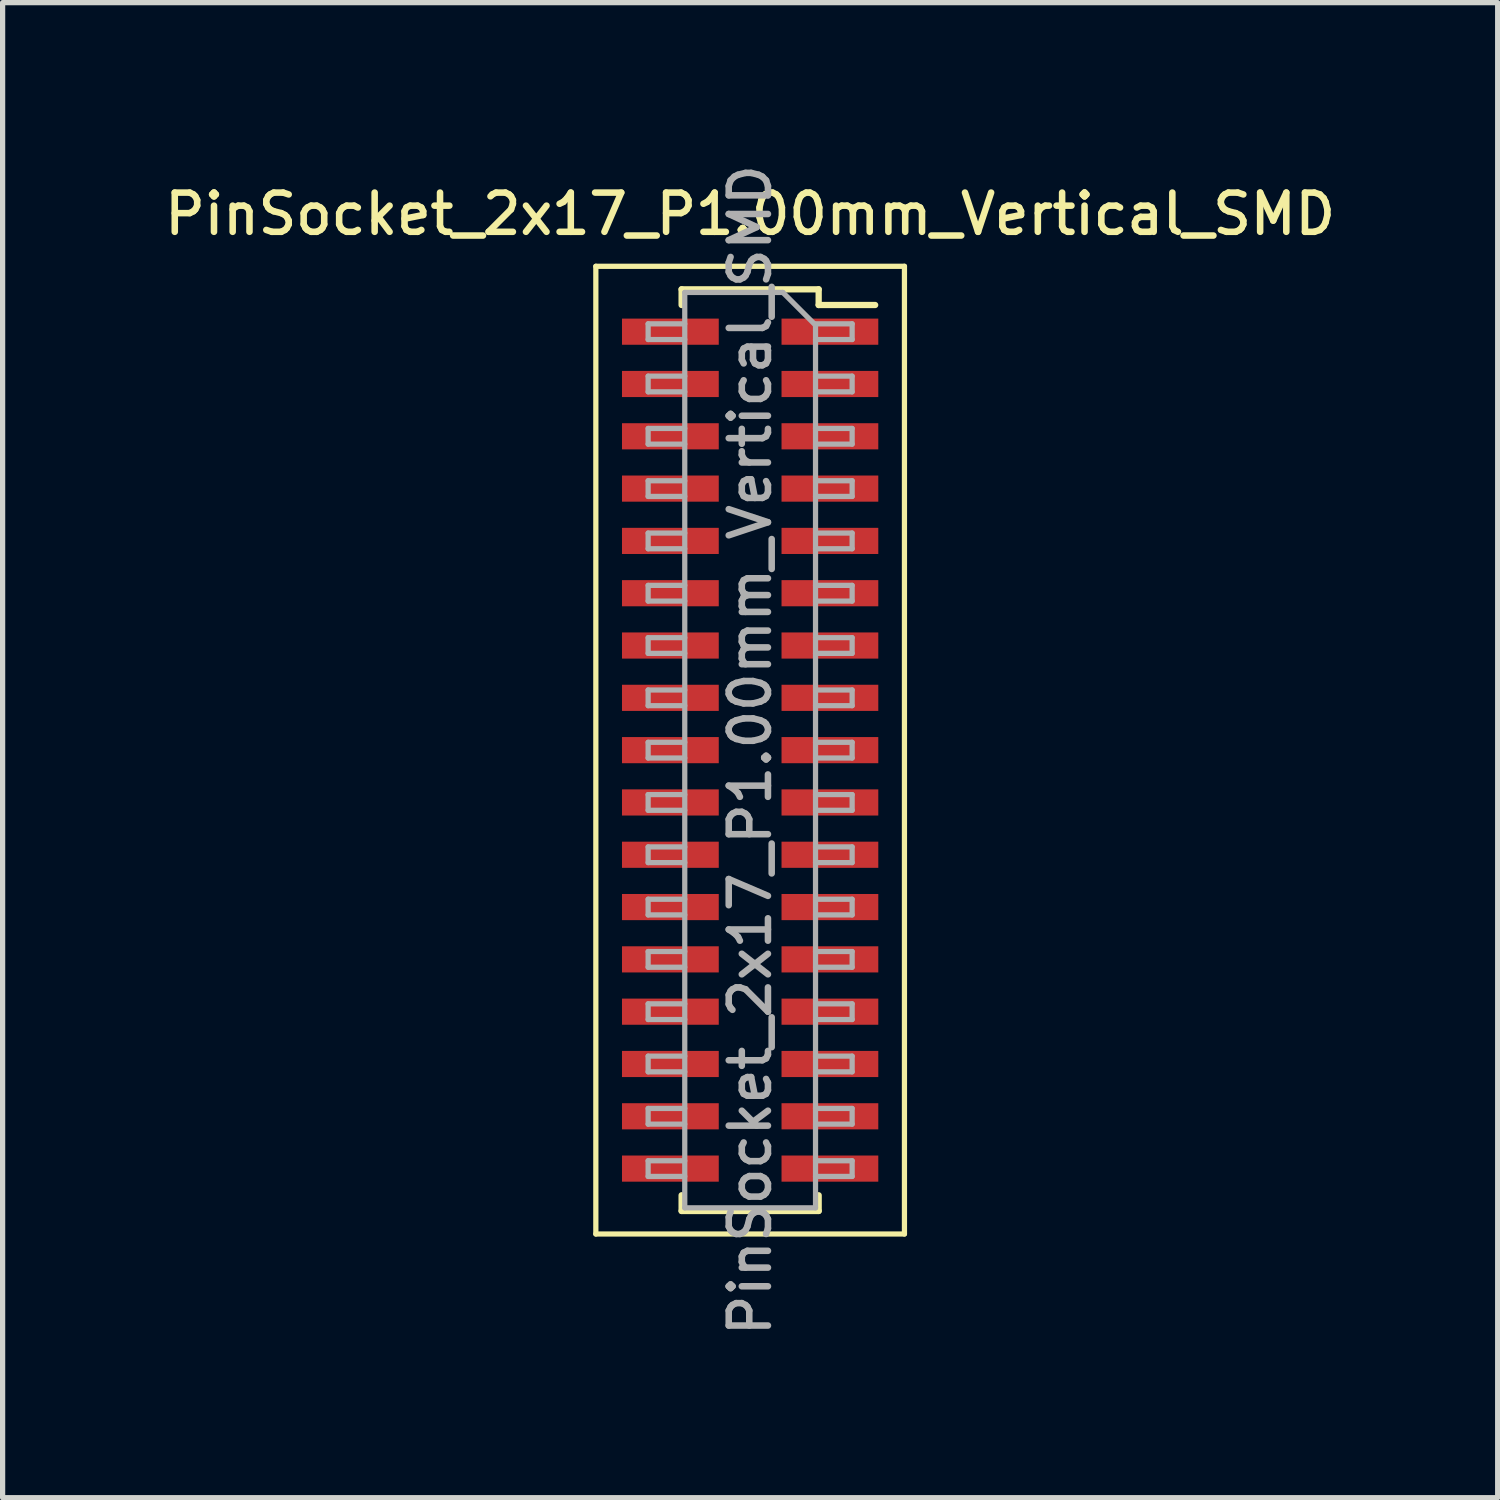
<source format=kicad_pcb>
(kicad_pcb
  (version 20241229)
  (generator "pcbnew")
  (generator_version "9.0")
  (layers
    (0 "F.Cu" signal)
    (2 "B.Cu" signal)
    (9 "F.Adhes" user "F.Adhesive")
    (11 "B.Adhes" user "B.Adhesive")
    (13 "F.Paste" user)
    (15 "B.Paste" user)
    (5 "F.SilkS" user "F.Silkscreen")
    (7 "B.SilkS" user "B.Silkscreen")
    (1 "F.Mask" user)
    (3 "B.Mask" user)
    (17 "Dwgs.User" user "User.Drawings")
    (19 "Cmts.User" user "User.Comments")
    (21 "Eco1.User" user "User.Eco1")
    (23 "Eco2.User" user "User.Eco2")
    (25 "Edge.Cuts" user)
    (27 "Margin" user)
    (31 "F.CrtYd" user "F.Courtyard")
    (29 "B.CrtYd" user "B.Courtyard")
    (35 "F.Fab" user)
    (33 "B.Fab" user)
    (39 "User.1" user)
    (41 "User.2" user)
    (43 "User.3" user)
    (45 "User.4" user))
  (footprint "PinSocket_2x17_P1.00mm_Vertical_SMD"
    (layer "F.Cu")
    (at 11.291 11.291)
    (property "Reference" "PinSocket_2x17_P1.00mm_Vertical_SMD" (at 0 -10.25 0) (layer "F.SilkS") (effects (font (size 0.75 0.75) (thickness 0.125))))
    (attr smd)
    (fp_line (start -2.95 -9.25) (end 2.95 -9.25) (stroke (width 0.1) (type solid)) (layer "F.SilkS"))
    (fp_line (start -2.95 9.25) (end -2.95 -9.25) (stroke (width 0.1) (type solid)) (layer "F.SilkS"))
    (fp_line (start -1.31 -8.81) (end -1.31 -8.51) (stroke (width 0.12) (type solid)) (layer "F.SilkS"))
    (fp_line (start -1.31 -8.81) (end 1.31 -8.81) (stroke (width 0.12) (type solid)) (layer "F.SilkS"))
    (fp_line (start -1.31 8.51) (end -1.31 8.81) (stroke (width 0.12) (type solid)) (layer "F.SilkS"))
    (fp_line (start -1.31 8.81) (end 1.31 8.81) (stroke (width 0.12) (type solid)) (layer "F.SilkS"))
    (fp_line (start 1.31 -8.81) (end 1.31 -8.51) (stroke (width 0.12) (type solid)) (layer "F.SilkS"))
    (fp_line (start 1.31 -8.51) (end 2.39 -8.51) (stroke (width 0.12) (type solid)) (layer "F.SilkS"))
    (fp_line (start 1.31 8.51) (end 1.31 8.81) (stroke (width 0.12) (type solid)) (layer "F.SilkS"))
    (fp_line (start 2.95 -9.25) (end 2.95 9.25) (stroke (width 0.1) (type solid)) (layer "F.SilkS"))
    (fp_line (start 2.95 9.25) (end -2.95 9.25) (stroke (width 0.1) (type solid)) (layer "F.SilkS"))
    (fp_line (start -1.95 -8.15) (end -1.25 -8.15) (stroke (width 0.1) (type solid)) (layer "F.Fab"))
    (fp_line (start -1.95 -7.85) (end -1.95 -8.15) (stroke (width 0.1) (type solid)) (layer "F.Fab"))
    (fp_line (start -1.95 -7.15) (end -1.25 -7.15) (stroke (width 0.1) (type solid)) (layer "F.Fab"))
    (fp_line (start -1.95 -6.85) (end -1.95 -7.15) (stroke (width 0.1) (type solid)) (layer "F.Fab"))
    (fp_line (start -1.95 -6.15) (end -1.25 -6.15) (stroke (width 0.1) (type solid)) (layer "F.Fab"))
    (fp_line (start -1.95 -5.85) (end -1.95 -6.15) (stroke (width 0.1) (type solid)) (layer "F.Fab"))
    (fp_line (start -1.95 -5.15) (end -1.25 -5.15) (stroke (width 0.1) (type solid)) (layer "F.Fab"))
    (fp_line (start -1.95 -4.85) (end -1.95 -5.15) (stroke (width 0.1) (type solid)) (layer "F.Fab"))
    (fp_line (start -1.95 -4.15) (end -1.25 -4.15) (stroke (width 0.1) (type solid)) (layer "F.Fab"))
    (fp_line (start -1.95 -3.85) (end -1.95 -4.15) (stroke (width 0.1) (type solid)) (layer "F.Fab"))
    (fp_line (start -1.95 -3.15) (end -1.25 -3.15) (stroke (width 0.1) (type solid)) (layer "F.Fab"))
    (fp_line (start -1.95 -2.85) (end -1.95 -3.15) (stroke (width 0.1) (type solid)) (layer "F.Fab"))
    (fp_line (start -1.95 -2.15) (end -1.25 -2.15) (stroke (width 0.1) (type solid)) (layer "F.Fab"))
    (fp_line (start -1.95 -1.85) (end -1.95 -2.15) (stroke (width 0.1) (type solid)) (layer "F.Fab"))
    (fp_line (start -1.95 -1.15) (end -1.25 -1.15) (stroke (width 0.1) (type solid)) (layer "F.Fab"))
    (fp_line (start -1.95 -0.85) (end -1.95 -1.15) (stroke (width 0.1) (type solid)) (layer "F.Fab"))
    (fp_line (start -1.95 -0.15) (end -1.25 -0.15) (stroke (width 0.1) (type solid)) (layer "F.Fab"))
    (fp_line (start -1.95 0.15) (end -1.95 -0.15) (stroke (width 0.1) (type solid)) (layer "F.Fab"))
    (fp_line (start -1.95 0.85) (end -1.25 0.85) (stroke (width 0.1) (type solid)) (layer "F.Fab"))
    (fp_line (start -1.95 1.15) (end -1.95 0.85) (stroke (width 0.1) (type solid)) (layer "F.Fab"))
    (fp_line (start -1.95 1.85) (end -1.25 1.85) (stroke (width 0.1) (type solid)) (layer "F.Fab"))
    (fp_line (start -1.95 2.15) (end -1.95 1.85) (stroke (width 0.1) (type solid)) (layer "F.Fab"))
    (fp_line (start -1.95 2.85) (end -1.25 2.85) (stroke (width 0.1) (type solid)) (layer "F.Fab"))
    (fp_line (start -1.95 3.15) (end -1.95 2.85) (stroke (width 0.1) (type solid)) (layer "F.Fab"))
    (fp_line (start -1.95 3.85) (end -1.25 3.85) (stroke (width 0.1) (type solid)) (layer "F.Fab"))
    (fp_line (start -1.95 4.15) (end -1.95 3.85) (stroke (width 0.1) (type solid)) (layer "F.Fab"))
    (fp_line (start -1.95 4.85) (end -1.25 4.85) (stroke (width 0.1) (type solid)) (layer "F.Fab"))
    (fp_line (start -1.95 5.15) (end -1.95 4.85) (stroke (width 0.1) (type solid)) (layer "F.Fab"))
    (fp_line (start -1.95 5.85) (end -1.25 5.85) (stroke (width 0.1) (type solid)) (layer "F.Fab"))
    (fp_line (start -1.95 6.15) (end -1.95 5.85) (stroke (width 0.1) (type solid)) (layer "F.Fab"))
    (fp_line (start -1.95 6.85) (end -1.25 6.85) (stroke (width 0.1) (type solid)) (layer "F.Fab"))
    (fp_line (start -1.95 7.15) (end -1.95 6.85) (stroke (width 0.1) (type solid)) (layer "F.Fab"))
    (fp_line (start -1.95 7.85) (end -1.25 7.85) (stroke (width 0.1) (type solid)) (layer "F.Fab"))
    (fp_line (start -1.95 8.15) (end -1.95 7.85) (stroke (width 0.1) (type solid)) (layer "F.Fab"))
    (fp_line (start -1.25 -8.75) (end 0.625 -8.75) (stroke (width 0.1) (type solid)) (layer "F.Fab"))
    (fp_line (start -1.25 -7.85) (end -1.95 -7.85) (stroke (width 0.1) (type solid)) (layer "F.Fab"))
    (fp_line (start -1.25 -6.85) (end -1.95 -6.85) (stroke (width 0.1) (type solid)) (layer "F.Fab"))
    (fp_line (start -1.25 -5.85) (end -1.95 -5.85) (stroke (width 0.1) (type solid)) (layer "F.Fab"))
    (fp_line (start -1.25 -4.85) (end -1.95 -4.85) (stroke (width 0.1) (type solid)) (layer "F.Fab"))
    (fp_line (start -1.25 -3.85) (end -1.95 -3.85) (stroke (width 0.1) (type solid)) (layer "F.Fab"))
    (fp_line (start -1.25 -2.85) (end -1.95 -2.85) (stroke (width 0.1) (type solid)) (layer "F.Fab"))
    (fp_line (start -1.25 -1.85) (end -1.95 -1.85) (stroke (width 0.1) (type solid)) (layer "F.Fab"))
    (fp_line (start -1.25 -0.85) (end -1.95 -0.85) (stroke (width 0.1) (type solid)) (layer "F.Fab"))
    (fp_line (start -1.25 0.15) (end -1.95 0.15) (stroke (width 0.1) (type solid)) (layer "F.Fab"))
    (fp_line (start -1.25 1.15) (end -1.95 1.15) (stroke (width 0.1) (type solid)) (layer "F.Fab"))
    (fp_line (start -1.25 2.15) (end -1.95 2.15) (stroke (width 0.1) (type solid)) (layer "F.Fab"))
    (fp_line (start -1.25 3.15) (end -1.95 3.15) (stroke (width 0.1) (type solid)) (layer "F.Fab"))
    (fp_line (start -1.25 4.15) (end -1.95 4.15) (stroke (width 0.1) (type solid)) (layer "F.Fab"))
    (fp_line (start -1.25 5.15) (end -1.95 5.15) (stroke (width 0.1) (type solid)) (layer "F.Fab"))
    (fp_line (start -1.25 6.15) (end -1.95 6.15) (stroke (width 0.1) (type solid)) (layer "F.Fab"))
    (fp_line (start -1.25 7.15) (end -1.95 7.15) (stroke (width 0.1) (type solid)) (layer "F.Fab"))
    (fp_line (start -1.25 8.15) (end -1.95 8.15) (stroke (width 0.1) (type solid)) (layer "F.Fab"))
    (fp_line (start -1.25 8.75) (end -1.25 -8.75) (stroke (width 0.1) (type solid)) (layer "F.Fab"))
    (fp_line (start 0.625 -8.75) (end 1.25 -8.125) (stroke (width 0.1) (type solid)) (layer "F.Fab"))
    (fp_line (start 1.25 -8.15) (end 1.95 -8.15) (stroke (width 0.1) (type solid)) (layer "F.Fab"))
    (fp_line (start 1.25 -8.125) (end 1.25 8.75) (stroke (width 0.1) (type solid)) (layer "F.Fab"))
    (fp_line (start 1.25 -7.15) (end 1.95 -7.15) (stroke (width 0.1) (type solid)) (layer "F.Fab"))
    (fp_line (start 1.25 -6.15) (end 1.95 -6.15) (stroke (width 0.1) (type solid)) (layer "F.Fab"))
    (fp_line (start 1.25 -5.15) (end 1.95 -5.15) (stroke (width 0.1) (type solid)) (layer "F.Fab"))
    (fp_line (start 1.25 -4.15) (end 1.95 -4.15) (stroke (width 0.1) (type solid)) (layer "F.Fab"))
    (fp_line (start 1.25 -3.15) (end 1.95 -3.15) (stroke (width 0.1) (type solid)) (layer "F.Fab"))
    (fp_line (start 1.25 -2.15) (end 1.95 -2.15) (stroke (width 0.1) (type solid)) (layer "F.Fab"))
    (fp_line (start 1.25 -1.15) (end 1.95 -1.15) (stroke (width 0.1) (type solid)) (layer "F.Fab"))
    (fp_line (start 1.25 -0.15) (end 1.95 -0.15) (stroke (width 0.1) (type solid)) (layer "F.Fab"))
    (fp_line (start 1.25 0.85) (end 1.95 0.85) (stroke (width 0.1) (type solid)) (layer "F.Fab"))
    (fp_line (start 1.25 1.85) (end 1.95 1.85) (stroke (width 0.1) (type solid)) (layer "F.Fab"))
    (fp_line (start 1.25 2.85) (end 1.95 2.85) (stroke (width 0.1) (type solid)) (layer "F.Fab"))
    (fp_line (start 1.25 3.85) (end 1.95 3.85) (stroke (width 0.1) (type solid)) (layer "F.Fab"))
    (fp_line (start 1.25 4.85) (end 1.95 4.85) (stroke (width 0.1) (type solid)) (layer "F.Fab"))
    (fp_line (start 1.25 5.85) (end 1.95 5.85) (stroke (width 0.1) (type solid)) (layer "F.Fab"))
    (fp_line (start 1.25 6.85) (end 1.95 6.85) (stroke (width 0.1) (type solid)) (layer "F.Fab"))
    (fp_line (start 1.25 7.85) (end 1.95 7.85) (stroke (width 0.1) (type solid)) (layer "F.Fab"))
    (fp_line (start 1.25 8.75) (end -1.25 8.75) (stroke (width 0.1) (type solid)) (layer "F.Fab"))
    (fp_line (start 1.95 -8.15) (end 1.95 -7.85) (stroke (width 0.1) (type solid)) (layer "F.Fab"))
    (fp_line (start 1.95 -7.85) (end 1.25 -7.85) (stroke (width 0.1) (type solid)) (layer "F.Fab"))
    (fp_line (start 1.95 -7.15) (end 1.95 -6.85) (stroke (width 0.1) (type solid)) (layer "F.Fab"))
    (fp_line (start 1.95 -6.85) (end 1.25 -6.85) (stroke (width 0.1) (type solid)) (layer "F.Fab"))
    (fp_line (start 1.95 -6.15) (end 1.95 -5.85) (stroke (width 0.1) (type solid)) (layer "F.Fab"))
    (fp_line (start 1.95 -5.85) (end 1.25 -5.85) (stroke (width 0.1) (type solid)) (layer "F.Fab"))
    (fp_line (start 1.95 -5.15) (end 1.95 -4.85) (stroke (width 0.1) (type solid)) (layer "F.Fab"))
    (fp_line (start 1.95 -4.85) (end 1.25 -4.85) (stroke (width 0.1) (type solid)) (layer "F.Fab"))
    (fp_line (start 1.95 -4.15) (end 1.95 -3.85) (stroke (width 0.1) (type solid)) (layer "F.Fab"))
    (fp_line (start 1.95 -3.85) (end 1.25 -3.85) (stroke (width 0.1) (type solid)) (layer "F.Fab"))
    (fp_line (start 1.95 -3.15) (end 1.95 -2.85) (stroke (width 0.1) (type solid)) (layer "F.Fab"))
    (fp_line (start 1.95 -2.85) (end 1.25 -2.85) (stroke (width 0.1) (type solid)) (layer "F.Fab"))
    (fp_line (start 1.95 -2.15) (end 1.95 -1.85) (stroke (width 0.1) (type solid)) (layer "F.Fab"))
    (fp_line (start 1.95 -1.85) (end 1.25 -1.85) (stroke (width 0.1) (type solid)) (layer "F.Fab"))
    (fp_line (start 1.95 -1.15) (end 1.95 -0.85) (stroke (width 0.1) (type solid)) (layer "F.Fab"))
    (fp_line (start 1.95 -0.85) (end 1.25 -0.85) (stroke (width 0.1) (type solid)) (layer "F.Fab"))
    (fp_line (start 1.95 -0.15) (end 1.95 0.15) (stroke (width 0.1) (type solid)) (layer "F.Fab"))
    (fp_line (start 1.95 0.15) (end 1.25 0.15) (stroke (width 0.1) (type solid)) (layer "F.Fab"))
    (fp_line (start 1.95 0.85) (end 1.95 1.15) (stroke (width 0.1) (type solid)) (layer "F.Fab"))
    (fp_line (start 1.95 1.15) (end 1.25 1.15) (stroke (width 0.1) (type solid)) (layer "F.Fab"))
    (fp_line (start 1.95 1.85) (end 1.95 2.15) (stroke (width 0.1) (type solid)) (layer "F.Fab"))
    (fp_line (start 1.95 2.15) (end 1.25 2.15) (stroke (width 0.1) (type solid)) (layer "F.Fab"))
    (fp_line (start 1.95 2.85) (end 1.95 3.15) (stroke (width 0.1) (type solid)) (layer "F.Fab"))
    (fp_line (start 1.95 3.15) (end 1.25 3.15) (stroke (width 0.1) (type solid)) (layer "F.Fab"))
    (fp_line (start 1.95 3.85) (end 1.95 4.15) (stroke (width 0.1) (type solid)) (layer "F.Fab"))
    (fp_line (start 1.95 4.15) (end 1.25 4.15) (stroke (width 0.1) (type solid)) (layer "F.Fab"))
    (fp_line (start 1.95 4.85) (end 1.95 5.15) (stroke (width 0.1) (type solid)) (layer "F.Fab"))
    (fp_line (start 1.95 5.15) (end 1.25 5.15) (stroke (width 0.1) (type solid)) (layer "F.Fab"))
    (fp_line (start 1.95 5.85) (end 1.95 6.15) (stroke (width 0.1) (type solid)) (layer "F.Fab"))
    (fp_line (start 1.95 6.15) (end 1.25 6.15) (stroke (width 0.1) (type solid)) (layer "F.Fab"))
    (fp_line (start 1.95 6.85) (end 1.95 7.15) (stroke (width 0.1) (type solid)) (layer "F.Fab"))
    (fp_line (start 1.95 7.15) (end 1.25 7.15) (stroke (width 0.1) (type solid)) (layer "F.Fab"))
    (fp_line (start 1.95 7.85) (end 1.95 8.15) (stroke (width 0.1) (type solid)) (layer "F.Fab"))
    (fp_line (start 1.95 8.15) (end 1.25 8.15) (stroke (width 0.1) (type solid)) (layer "F.Fab"))
    (fp_text user "${REFERENCE}" (at 0 0 90) (layer "F.Fab") (effects (font (size 0.75 0.75) (thickness 0.125))))
    (pad "1" smd rect (at 1.525 -8) (size 1.85 0.5) (layers "F.Cu" "F.Mask" "F.Paste"))
    (pad "2" smd rect (at -1.525 -8) (size 1.85 0.5) (layers "F.Cu" "F.Mask" "F.Paste"))
    (pad "3" smd rect (at 1.525 -7) (size 1.85 0.5) (layers "F.Cu" "F.Mask" "F.Paste"))
    (pad "4" smd rect (at -1.525 -7) (size 1.85 0.5) (layers "F.Cu" "F.Mask" "F.Paste"))
    (pad "5" smd rect (at 1.525 -6) (size 1.85 0.5) (layers "F.Cu" "F.Mask" "F.Paste"))
    (pad "6" smd rect (at -1.525 -6) (size 1.85 0.5) (layers "F.Cu" "F.Mask" "F.Paste"))
    (pad "7" smd rect (at 1.525 -5) (size 1.85 0.5) (layers "F.Cu" "F.Mask" "F.Paste"))
    (pad "8" smd rect (at -1.525 -5) (size 1.85 0.5) (layers "F.Cu" "F.Mask" "F.Paste"))
    (pad "9" smd rect (at 1.525 -4) (size 1.85 0.5) (layers "F.Cu" "F.Mask" "F.Paste"))
    (pad "10" smd rect (at -1.525 -4) (size 1.85 0.5) (layers "F.Cu" "F.Mask" "F.Paste"))
    (pad "11" smd rect (at 1.525 -3) (size 1.85 0.5) (layers "F.Cu" "F.Mask" "F.Paste"))
    (pad "12" smd rect (at -1.525 -3) (size 1.85 0.5) (layers "F.Cu" "F.Mask" "F.Paste"))
    (pad "13" smd rect (at 1.525 -2) (size 1.85 0.5) (layers "F.Cu" "F.Mask" "F.Paste"))
    (pad "14" smd rect (at -1.525 -2) (size 1.85 0.5) (layers "F.Cu" "F.Mask" "F.Paste"))
    (pad "15" smd rect (at 1.525 -1) (size 1.85 0.5) (layers "F.Cu" "F.Mask" "F.Paste"))
    (pad "16" smd rect (at -1.525 -1) (size 1.85 0.5) (layers "F.Cu" "F.Mask" "F.Paste"))
    (pad "17" smd rect (at 1.525 0) (size 1.85 0.5) (layers "F.Cu" "F.Mask" "F.Paste"))
    (pad "18" smd rect (at -1.525 0) (size 1.85 0.5) (layers "F.Cu" "F.Mask" "F.Paste"))
    (pad "19" smd rect (at 1.525 1) (size 1.85 0.5) (layers "F.Cu" "F.Mask" "F.Paste"))
    (pad "20" smd rect (at -1.525 1) (size 1.85 0.5) (layers "F.Cu" "F.Mask" "F.Paste"))
    (pad "21" smd rect (at 1.525 2) (size 1.85 0.5) (layers "F.Cu" "F.Mask" "F.Paste"))
    (pad "22" smd rect (at -1.525 2) (size 1.85 0.5) (layers "F.Cu" "F.Mask" "F.Paste"))
    (pad "23" smd rect (at 1.525 3) (size 1.85 0.5) (layers "F.Cu" "F.Mask" "F.Paste"))
    (pad "24" smd rect (at -1.525 3) (size 1.85 0.5) (layers "F.Cu" "F.Mask" "F.Paste"))
    (pad "25" smd rect (at 1.525 4) (size 1.85 0.5) (layers "F.Cu" "F.Mask" "F.Paste"))
    (pad "26" smd rect (at -1.525 4) (size 1.85 0.5) (layers "F.Cu" "F.Mask" "F.Paste"))
    (pad "27" smd rect (at 1.525 5) (size 1.85 0.5) (layers "F.Cu" "F.Mask" "F.Paste"))
    (pad "28" smd rect (at -1.525 5) (size 1.85 0.5) (layers "F.Cu" "F.Mask" "F.Paste"))
    (pad "29" smd rect (at 1.525 6) (size 1.85 0.5) (layers "F.Cu" "F.Mask" "F.Paste"))
    (pad "30" smd rect (at -1.525 6) (size 1.85 0.5) (layers "F.Cu" "F.Mask" "F.Paste"))
    (pad "31" smd rect (at 1.525 7) (size 1.85 0.5) (layers "F.Cu" "F.Mask" "F.Paste"))
    (pad "32" smd rect (at -1.525 7) (size 1.85 0.5) (layers "F.Cu" "F.Mask" "F.Paste"))
    (pad "33" smd rect (at 1.525 8) (size 1.85 0.5) (layers "F.Cu" "F.Mask" "F.Paste"))
    (pad "34" smd rect (at -1.525 8) (size 1.85 0.5) (layers "F.Cu" "F.Mask" "F.Paste")))
  (gr_rect
    (start -3 -3)
    (end 25.582 25.582)
    (stroke (width 0.1) (type default))
    (fill no)
    (layer "Edge.Cuts")))
</source>
